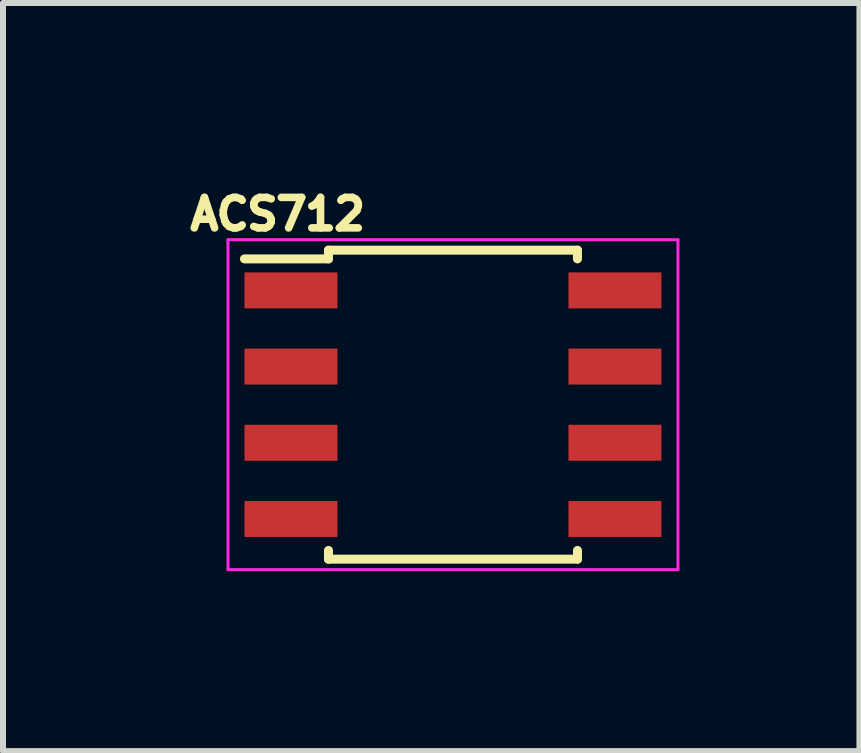
<source format=kicad_pcb>
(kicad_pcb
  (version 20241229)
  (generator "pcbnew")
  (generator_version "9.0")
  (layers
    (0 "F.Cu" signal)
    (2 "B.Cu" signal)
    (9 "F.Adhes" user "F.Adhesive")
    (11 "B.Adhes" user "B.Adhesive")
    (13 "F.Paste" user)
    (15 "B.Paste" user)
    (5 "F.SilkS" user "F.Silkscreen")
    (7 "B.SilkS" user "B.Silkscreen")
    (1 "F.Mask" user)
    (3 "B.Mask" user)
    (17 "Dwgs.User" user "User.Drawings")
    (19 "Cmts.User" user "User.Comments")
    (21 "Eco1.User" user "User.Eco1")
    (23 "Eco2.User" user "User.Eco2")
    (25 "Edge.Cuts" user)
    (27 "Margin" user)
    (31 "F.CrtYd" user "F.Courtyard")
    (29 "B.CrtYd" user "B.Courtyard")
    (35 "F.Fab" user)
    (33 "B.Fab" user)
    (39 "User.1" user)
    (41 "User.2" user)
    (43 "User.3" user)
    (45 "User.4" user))
  (footprint "ACS712"
    (layer "F.Cu")
    (at 4.5 3.695)
    (property "Reference" "ACS712" (at -2.921 -3.175 0) (layer "F.SilkS") (effects (font (size 0.508 0.508) (thickness 0.127))))
    (attr smd)
    (fp_line (start -2.075 -2.575) (end -2.075 -2.43) (stroke (width 0.15) (type solid)) (layer "F.SilkS"))
    (fp_line (start -2.075 -2.575) (end 2.075 -2.575) (stroke (width 0.15) (type solid)) (layer "F.SilkS"))
    (fp_line (start -2.075 -2.43) (end -3.475 -2.43) (stroke (width 0.15) (type solid)) (layer "F.SilkS"))
    (fp_line (start -2.075 2.575) (end -2.075 2.43) (stroke (width 0.15) (type solid)) (layer "F.SilkS"))
    (fp_line (start -2.075 2.575) (end 2.075 2.575) (stroke (width 0.15) (type solid)) (layer "F.SilkS"))
    (fp_line (start 2.075 -2.575) (end 2.075 -2.43) (stroke (width 0.15) (type solid)) (layer "F.SilkS"))
    (fp_line (start 2.075 2.575) (end 2.075 2.43) (stroke (width 0.15) (type solid)) (layer "F.SilkS"))
    (fp_line (start -3.75 -2.75) (end -3.75 2.75) (stroke (width 0.05) (type solid)) (layer "F.CrtYd"))
    (fp_line (start -3.75 -2.75) (end 3.75 -2.75) (stroke (width 0.05) (type solid)) (layer "F.CrtYd"))
    (fp_line (start -3.75 2.75) (end 3.75 2.75) (stroke (width 0.05) (type solid)) (layer "F.CrtYd"))
    (fp_line (start 3.75 -2.75) (end 3.75 2.75) (stroke (width 0.05) (type solid)) (layer "F.CrtYd"))
    (pad "1" smd rect (at -2.7 -1.905) (size 1.55 0.6) (layers "F.Cu" "F.Mask" "F.Paste"))
    (pad "2" smd rect (at -2.7 -0.635) (size 1.55 0.6) (layers "F.Cu" "F.Mask" "F.Paste"))
    (pad "3" smd rect (at -2.7 0.635) (size 1.55 0.6) (layers "F.Cu" "F.Mask" "F.Paste"))
    (pad "4" smd rect (at -2.7 1.905) (size 1.55 0.6) (layers "F.Cu" "F.Mask" "F.Paste"))
    (pad "5" smd rect (at 2.7 1.905) (size 1.55 0.6) (layers "F.Cu" "F.Mask" "F.Paste"))
    (pad "6" smd rect (at 2.7 0.635) (size 1.55 0.6) (layers "F.Cu" "F.Mask" "F.Paste"))
    (pad "7" smd rect (at 2.7 -0.635) (size 1.55 0.6) (layers "F.Cu" "F.Mask" "F.Paste"))
    (pad "8" smd rect (at 2.7 -1.905) (size 1.55 0.6) (layers "F.Cu" "F.Mask" "F.Paste")))
  (gr_rect
    (start -3 -3)
    (end 11.275 9.47)
    (stroke (width 0.1) (type default))
    (fill no)
    (layer "Edge.Cuts")))
</source>
